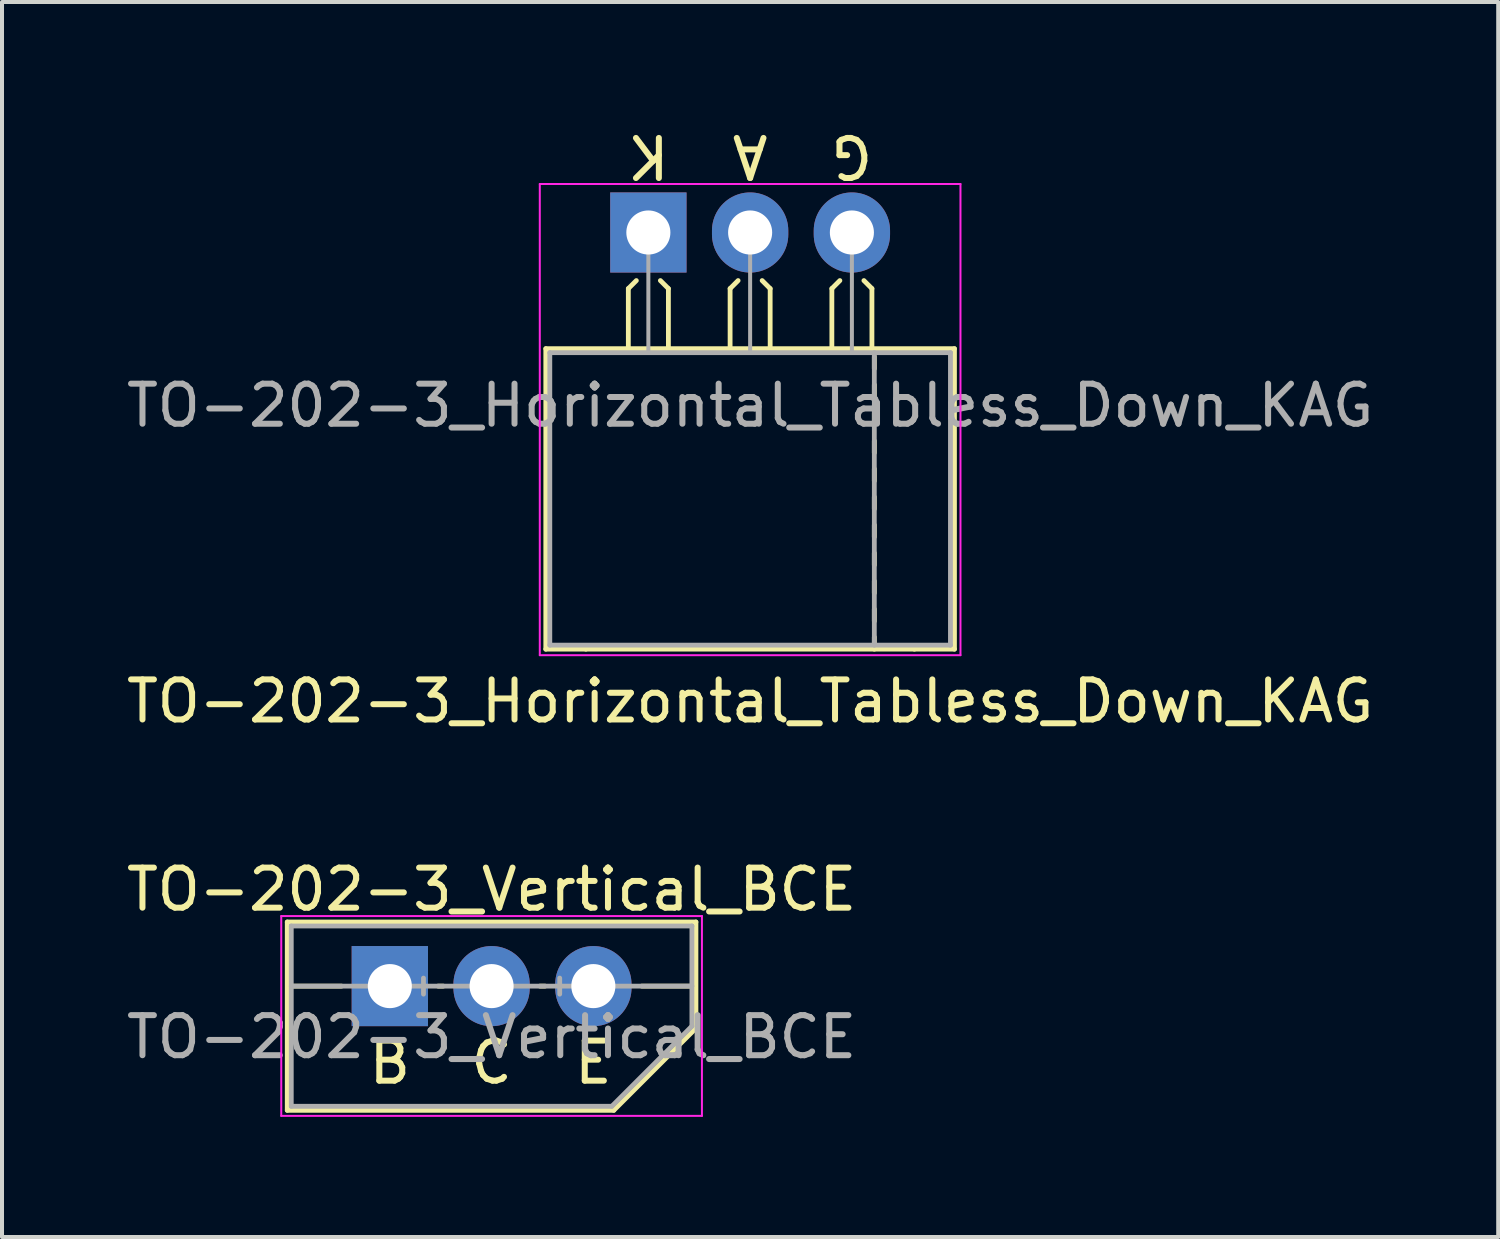
<source format=kicad_pcb>
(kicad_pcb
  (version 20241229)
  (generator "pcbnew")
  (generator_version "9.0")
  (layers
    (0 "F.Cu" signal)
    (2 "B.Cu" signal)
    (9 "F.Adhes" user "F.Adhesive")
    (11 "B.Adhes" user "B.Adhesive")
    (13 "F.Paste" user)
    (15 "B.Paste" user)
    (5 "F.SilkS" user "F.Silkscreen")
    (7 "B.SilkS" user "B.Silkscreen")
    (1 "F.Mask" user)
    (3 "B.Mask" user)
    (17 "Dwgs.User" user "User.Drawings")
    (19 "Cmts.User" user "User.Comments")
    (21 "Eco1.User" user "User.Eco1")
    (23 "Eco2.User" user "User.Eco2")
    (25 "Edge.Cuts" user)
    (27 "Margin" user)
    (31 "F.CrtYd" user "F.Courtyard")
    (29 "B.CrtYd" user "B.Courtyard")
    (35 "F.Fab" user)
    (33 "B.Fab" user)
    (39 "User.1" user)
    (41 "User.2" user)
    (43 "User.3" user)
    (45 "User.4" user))
  (footprint "TO-202-3_Vertical_BCE"
    (layer "F.Cu")
    (at 6.68 21.563)
    (property "Reference" "TO-202-3_Vertical_BCE" (at 2.54 -2.413 0) (layer "F.SilkS") (effects (font (size 1 1) (thickness 0.15))))
    (attr through_hole)
    (fp_line (start -2.56 -1.6) (end 7.64 -1.6) (stroke (width 0.12) (type solid)) (layer "F.SilkS"))
    (fp_line (start -2.56 3.1) (end -2.56 -1.6) (stroke (width 0.12) (type solid)) (layer "F.SilkS"))
    (fp_line (start -1.206 0) (end -2.54 0) (stroke (width 0.12) (type solid)) (layer "F.SilkS"))
    (fp_line (start 1.333 0) (end 1.206 0) (stroke (width 0.12) (type solid)) (layer "F.SilkS"))
    (fp_line (start 3.747 0) (end 3.873 0) (stroke (width 0.12) (type solid)) (layer "F.SilkS"))
    (fp_line (start 5.59 3.1) (end -2.56 3.1) (stroke (width 0.12) (type solid)) (layer "F.SilkS"))
    (fp_line (start 6.287 0) (end 7.62 0) (stroke (width 0.12) (type solid)) (layer "F.SilkS"))
    (fp_line (start 7.64 -1.6) (end 7.64 1.05) (stroke (width 0.12) (type solid)) (layer "F.SilkS"))
    (fp_line (start 7.64 1.05) (end 5.59 3.1) (stroke (width 0.12) (type solid)) (layer "F.SilkS"))
    (fp_line (start -2.71 -1.749) (end -2.71 3.239) (stroke (width 0.05) (type solid)) (layer "F.CrtYd"))
    (fp_line (start -2.71 3.239) (end 7.79 3.239) (stroke (width 0.05) (type solid)) (layer "F.CrtYd"))
    (fp_line (start 7.79 -1.749) (end -2.71 -1.749) (stroke (width 0.05) (type solid)) (layer "F.CrtYd"))
    (fp_line (start 7.79 3.239) (end 7.79 -1.749) (stroke (width 0.05) (type solid)) (layer "F.CrtYd"))
    (fp_line (start -2.46 -1.5) (end -2.46 3) (stroke (width 0.12) (type solid)) (layer "F.Fab"))
    (fp_line (start -2.46 -1.5) (end 7.54 -1.5) (stroke (width 0.12) (type solid)) (layer "F.Fab"))
    (fp_line (start -2.46 3) (end 5.54 3) (stroke (width 0.12) (type solid)) (layer "F.Fab"))
    (fp_line (start 0.84 -0.2) (end 0.84 0.2) (stroke (width 0.12) (type solid)) (layer "F.Fab"))
    (fp_line (start 4.24 -0.2) (end 4.24 0.2) (stroke (width 0.12) (type solid)) (layer "F.Fab"))
    (fp_line (start 7.54 -1.5) (end 7.54 1) (stroke (width 0.12) (type solid)) (layer "F.Fab"))
    (fp_line (start 7.54 0) (end -2.46 0) (stroke (width 0.12) (type solid)) (layer "F.Fab"))
    (fp_line (start 7.54 1) (end 5.54 3) (stroke (width 0.12) (type solid)) (layer "F.Fab"))
    (fp_text user "B" (at 0 1.905 0) (unlocked yes) (layer "F.SilkS") (effects (font (size 1 1) (thickness 0.15))))
    (fp_text user "E" (at 5.08 1.905 0) (unlocked yes) (layer "F.SilkS") (effects (font (size 1 1) (thickness 0.15))))
    (fp_text user "C" (at 2.54 1.905 0) (unlocked yes) (layer "F.SilkS") (effects (font (size 1 1) (thickness 0.15))))
    (fp_text user "${REFERENCE}" (at 2.54 1.27 0) (layer "F.Fab") (effects (font (size 1 1) (thickness 0.15))))
    (pad "1" thru_hole rect (at 0 0) (size 1.905 2) (drill 1.1) (layers "*.Cu" "*.Mask"))
    (pad "2" thru_hole oval (at 2.54 0) (size 1.905 2) (drill 1.1) (layers "*.Cu" "*.Mask"))
    (pad "3" thru_hole oval (at 5.08 0) (size 1.905 2) (drill 1.1) (layers "*.Cu" "*.Mask")))
  (footprint "TO-202-3_Horizontal_Tabless_Down_KAG"
    (layer "F.Cu")
    (at 13.133 2.753)
    (property "Reference" "TO-202-3_Horizontal_Tabless_Down_KAG" (at 2.54 11.7 180) (layer "F.SilkS") (effects (font (size 1 1) (thickness 0.15))))
    (fp_line (start -2.56 2.9) (end 7.64 2.9) (stroke (width 0.12) (type solid)) (layer "F.SilkS"))
    (fp_line (start -2.56 10.4) (end -2.56 2.9) (stroke (width 0.12) (type solid)) (layer "F.SilkS"))
    (fp_line (start -1.56 10.4) (end -2.56 10.4) (stroke (width 0.12) (type solid)) (layer "F.SilkS"))
    (fp_line (start -0.5 1.4) (end -0.3 1.2) (stroke (width 0.12) (type solid)) (layer "F.SilkS"))
    (fp_line (start -0.5 2.9) (end -0.5 1.4) (stroke (width 0.12) (type solid)) (layer "F.SilkS"))
    (fp_line (start 0.5 1.4) (end 0.3 1.2) (stroke (width 0.12) (type solid)) (layer "F.SilkS"))
    (fp_line (start 0.5 2.9) (end 0.5 1.4) (stroke (width 0.12) (type solid)) (layer "F.SilkS"))
    (fp_line (start 2.04 1.4) (end 2.24 1.2) (stroke (width 0.12) (type solid)) (layer "F.SilkS"))
    (fp_line (start 2.04 2.9) (end 2.04 1.4) (stroke (width 0.12) (type solid)) (layer "F.SilkS"))
    (fp_line (start 3.04 1.4) (end 2.84 1.2) (stroke (width 0.12) (type solid)) (layer "F.SilkS"))
    (fp_line (start 3.04 2.9) (end 3.04 1.4) (stroke (width 0.12) (type solid)) (layer "F.SilkS"))
    (fp_line (start 4.58 1.4) (end 4.78 1.2) (stroke (width 0.12) (type solid)) (layer "F.SilkS"))
    (fp_line (start 4.58 2.9) (end 4.58 1.4) (stroke (width 0.12) (type solid)) (layer "F.SilkS"))
    (fp_line (start 5.58 1.4) (end 5.38 1.2) (stroke (width 0.12) (type solid)) (layer "F.SilkS"))
    (fp_line (start 5.58 2.9) (end 5.58 1.4) (stroke (width 0.12) (type solid)) (layer "F.SilkS"))
    (fp_line (start 5.64 3.4) (end 5.64 3.1) (stroke (width 0.12) (type solid)) (layer "F.SilkS"))
    (fp_line (start 5.64 4.1) (end 5.64 3.8) (stroke (width 0.12) (type solid)) (layer "F.SilkS"))
    (fp_line (start 5.64 4.8) (end 5.64 4.5) (stroke (width 0.12) (type solid)) (layer "F.SilkS"))
    (fp_line (start 5.64 5.5) (end 5.64 5.2) (stroke (width 0.12) (type solid)) (layer "F.SilkS"))
    (fp_line (start 5.64 6.2) (end 5.64 5.9) (stroke (width 0.12) (type solid)) (layer "F.SilkS"))
    (fp_line (start 5.64 6.9) (end 5.64 6.6) (stroke (width 0.12) (type solid)) (layer "F.SilkS"))
    (fp_line (start 5.64 7.6) (end 5.64 7.3) (stroke (width 0.12) (type solid)) (layer "F.SilkS"))
    (fp_line (start 5.64 8.3) (end 5.64 8) (stroke (width 0.12) (type solid)) (layer "F.SilkS"))
    (fp_line (start 5.64 9) (end 5.64 8.7) (stroke (width 0.12) (type solid)) (layer "F.SilkS"))
    (fp_line (start 5.64 9.7) (end 5.64 9.4) (stroke (width 0.12) (type solid)) (layer "F.SilkS"))
    (fp_line (start 5.64 10.4) (end 5.64 10.1) (stroke (width 0.12) (type solid)) (layer "F.SilkS"))
    (fp_line (start 6.64 10.4) (end -1.56 10.4) (stroke (width 0.12) (type solid)) (layer "F.SilkS"))
    (fp_line (start 7.64 2.9) (end 7.64 10.4) (stroke (width 0.12) (type solid)) (layer "F.SilkS"))
    (fp_line (start 7.64 10.4) (end 6.64 10.4) (stroke (width 0.12) (type solid)) (layer "F.SilkS"))
    (fp_line (start -2.71 -1.21) (end -2.71 10.55) (stroke (width 0.05) (type solid)) (layer "F.CrtYd"))
    (fp_line (start -2.71 10.55) (end 7.79 10.55) (stroke (width 0.05) (type solid)) (layer "F.CrtYd"))
    (fp_line (start 7.79 -1.21) (end -2.71 -1.21) (stroke (width 0.05) (type solid)) (layer "F.CrtYd"))
    (fp_line (start 7.79 10.55) (end 7.79 -1.21) (stroke (width 0.05) (type solid)) (layer "F.CrtYd"))
    (fp_line (start -2.46 3) (end -2.46 10.3) (stroke (width 0.12) (type solid)) (layer "F.Fab"))
    (fp_line (start -2.46 10.3) (end 7.54 10.3) (stroke (width 0.12) (type solid)) (layer "F.Fab"))
    (fp_line (start 0 0) (end 0 3) (stroke (width 0.1) (type solid)) (layer "F.Fab"))
    (fp_line (start 2.54 0) (end 2.54 3) (stroke (width 0.1) (type solid)) (layer "F.Fab"))
    (fp_line (start 5.08 0) (end 5.08 3) (stroke (width 0.1) (type solid)) (layer "F.Fab"))
    (fp_line (start 5.64 3) (end 5.64 10.3) (stroke (width 0.12) (type solid)) (layer "F.Fab"))
    (fp_line (start 7.54 3) (end -2.46 3) (stroke (width 0.12) (type solid)) (layer "F.Fab"))
    (fp_line (start 7.54 10.3) (end 7.54 3) (stroke (width 0.12) (type solid)) (layer "F.Fab"))
    (fp_text user "K" (at 0 -1.905 180) (unlocked yes) (layer "F.SilkS") (effects (font (size 1 1) (thickness 0.15))))
    (fp_text user "A" (at 2.54 -1.905 180) (unlocked yes) (layer "F.SilkS") (effects (font (size 1 1) (thickness 0.15))))
    (fp_text user "G" (at 5.08 -1.905 180) (unlocked yes) (layer "F.SilkS") (effects (font (size 1 1) (thickness 0.15))))
    (fp_text user "${REFERENCE}" (at 2.54 4.318 180) (layer "F.Fab") (effects (font (size 1 1) (thickness 0.15))))
    (pad "1" thru_hole rect (at 0 0) (size 1.905 2) (drill 1.1) (layers "*.Cu" "*.Mask"))
    (pad "2" thru_hole oval (at 2.54 0) (size 1.905 2) (drill 1.1) (layers "*.Cu" "*.Mask"))
    (pad "3" thru_hole oval (at 5.08 0) (size 1.905 2) (drill 1.1) (layers "*.Cu" "*.Mask")))
  (gr_rect
    (start -3 -3)
    (end 34.345 27.826)
    (stroke (width 0.1) (type default))
    (fill no)
    (layer "Edge.Cuts")))
</source>
